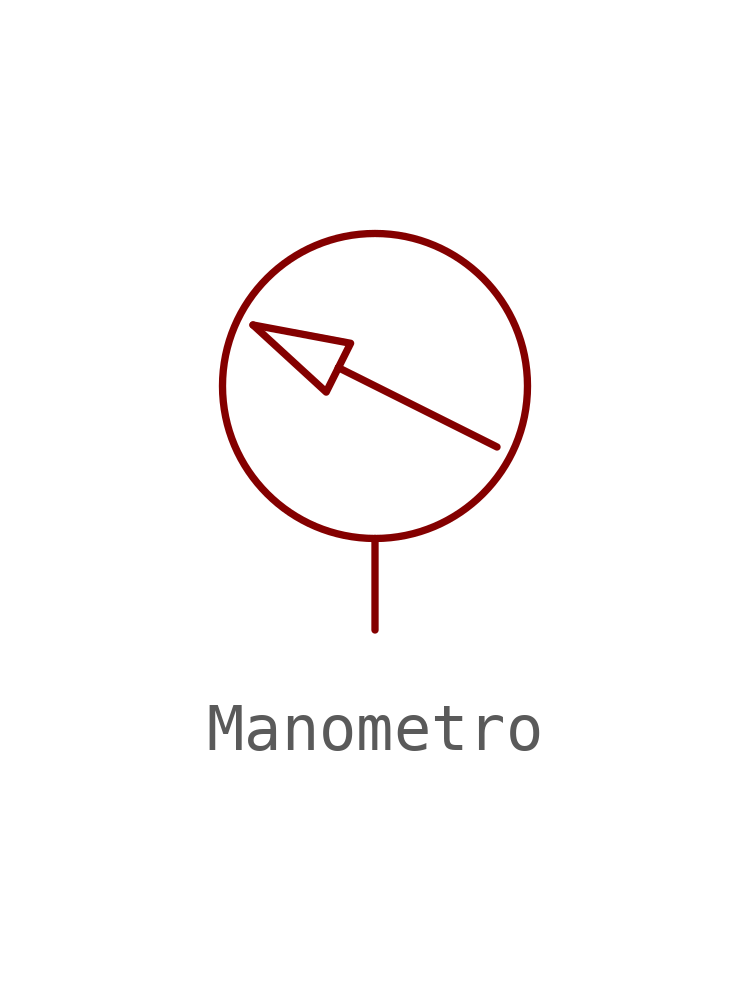
<source format=kicad_sym>
(kicad_symbol_lib
  (version 20211014)
  (generator kicad_symbol_editor)
  (symbol "Manometro"
    (pin_names
      (offset 1.016))
    (property "Reference" "V"
      (at -3.175 -0.635 0)
      (effects (font (size 2.54 2.54)) (justify left) hide))
    (symbol "Manometro_0_1"
      (polyline (pts (xy -0.762 5.461) (xy 2.54 3.81)) (stroke (width 0) (type default) (color 0 0 0 0)) (fill (type none)))
      (polyline (pts (xy -0.762 5.461) (xy -1.016 4.953) (xy -2.54 6.35)) (stroke (width 0) (type default) (color 0 0 0 0)) (fill (type none)))
      (polyline (pts (xy -0.762 5.461) (xy -0.508 5.969) (xy -2.54 6.35)) (stroke (width 0) (type default) (color 0 0 0 0)) (fill (type none)))
      (circle (center 0 5.08) (radius 3.175) (stroke (width 0) (type default) (color 0 0 0 0)) (fill (type none))))
    (symbol "Manometro_1_1"
      (pin output line (at 0 0 90) (length 1.905) (name "" (effects (font (size 1.27 1.27)))) (number "" (effects (font (size 1.27 1.27))))))))
</source>
